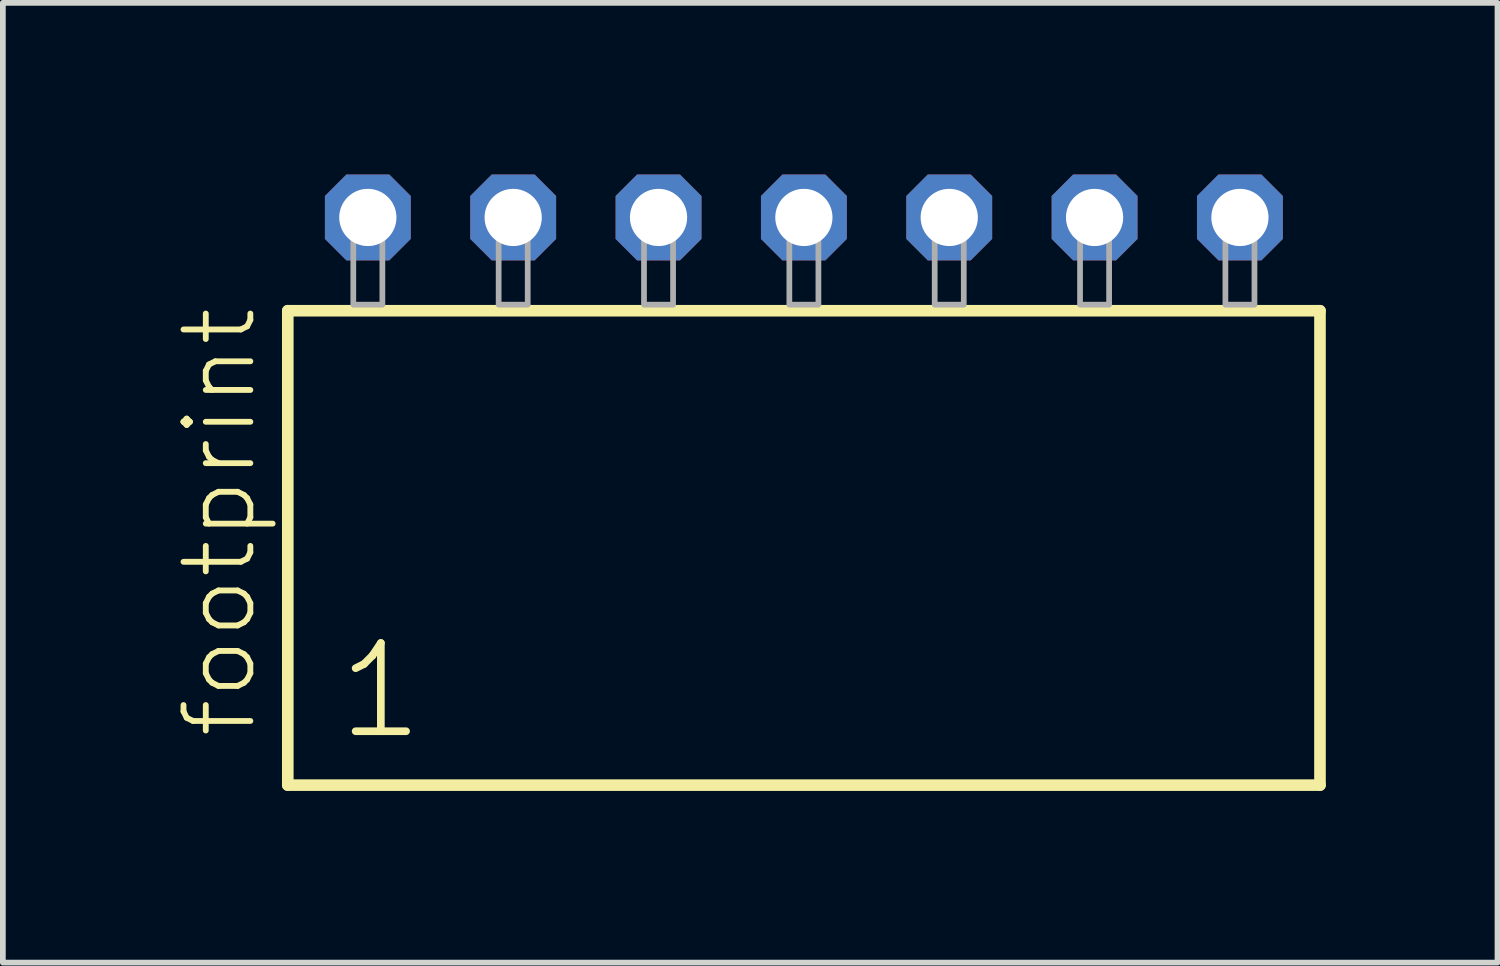
<source format=kicad_pcb>
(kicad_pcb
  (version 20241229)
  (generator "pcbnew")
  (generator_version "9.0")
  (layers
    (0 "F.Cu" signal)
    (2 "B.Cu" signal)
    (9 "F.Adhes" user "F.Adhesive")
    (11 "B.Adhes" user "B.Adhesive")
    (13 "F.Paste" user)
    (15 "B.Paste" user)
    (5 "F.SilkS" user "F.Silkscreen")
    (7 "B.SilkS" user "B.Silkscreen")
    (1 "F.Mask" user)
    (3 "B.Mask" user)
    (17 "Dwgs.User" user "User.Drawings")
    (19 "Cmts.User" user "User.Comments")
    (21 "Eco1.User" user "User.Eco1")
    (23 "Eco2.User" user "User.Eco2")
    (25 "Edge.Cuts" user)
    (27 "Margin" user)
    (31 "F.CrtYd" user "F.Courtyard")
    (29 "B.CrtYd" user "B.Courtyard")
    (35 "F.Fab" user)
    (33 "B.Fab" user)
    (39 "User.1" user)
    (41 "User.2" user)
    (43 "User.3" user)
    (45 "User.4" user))
  (footprint "footprint"
    (layer "F.Cu")
    (at 10.998 2.274)
    (property "Reference" "footprint" (at -9.525 7.62 90) (layer "F.SilkS") (effects (font (size 1.168 1.168) (thickness 0.102)) (justify left bottom)))
    (fp_line (start -9.019 0.106) (end -9.019 8.396) (stroke (width 0.203) (type solid)) (layer "F.SilkS"))
    (fp_line (start -9.019 8.396) (end 9.019 8.396) (stroke (width 0.203) (type solid)) (layer "F.SilkS"))
    (fp_line (start 9.019 0.106) (end -9.019 0.106) (stroke (width 0.203) (type solid)) (layer "F.SilkS"))
    (fp_line (start 9.019 8.396) (end 9.019 0.106) (stroke (width 0.203) (type solid)) (layer "F.SilkS"))
    (fp_poly (pts (xy -7.874 0) (xy -7.366 0) (xy -7.366 -1.778) (xy -7.874 -1.778)) (stroke (width 0.1) (type solid)) (fill no) (layer "F.Fab"))
    (fp_poly (pts (xy -5.334 0) (xy -4.826 0) (xy -4.826 -1.778) (xy -5.334 -1.778)) (stroke (width 0.1) (type solid)) (fill no) (layer "F.Fab"))
    (fp_poly (pts (xy -2.794 0) (xy -2.286 0) (xy -2.286 -1.778) (xy -2.794 -1.778)) (stroke (width 0.1) (type solid)) (fill no) (layer "F.Fab"))
    (fp_poly (pts (xy -0.254 0) (xy 0.254 0) (xy 0.254 -1.778) (xy -0.254 -1.778)) (stroke (width 0.1) (type solid)) (fill no) (layer "F.Fab"))
    (fp_poly (pts (xy 2.286 0) (xy 2.794 0) (xy 2.794 -1.778) (xy 2.286 -1.778)) (stroke (width 0.1) (type solid)) (fill no) (layer "F.Fab"))
    (fp_poly (pts (xy 4.826 0) (xy 5.334 0) (xy 5.334 -1.778) (xy 4.826 -1.778)) (stroke (width 0.1) (type solid)) (fill no) (layer "F.Fab"))
    (fp_poly (pts (xy 7.366 0) (xy 7.874 0) (xy 7.874 -1.778) (xy 7.366 -1.778)) (stroke (width 0.1) (type solid)) (fill no) (layer "F.Fab"))
    (fp_text user "1" (at -8.215 7.65 0) (layer "F.SilkS") (effects (font (size 1.542 1.542) (thickness 0.134)) (justify left bottom)))
    (pad "1" thru_hole roundrect (at -7.62 -1.524) (size 1.5 1.5) (drill 1) (layers "*.Cu" "*.Mask") (roundrect_rratio 0.25) (chamfer_ratio 0.25) (chamfer top_left top_right bottom_left bottom_right))
    (pad "2" thru_hole roundrect (at -5.08 -1.524) (size 1.5 1.5) (drill 1) (layers "*.Cu" "*.Mask") (roundrect_rratio 0.25) (chamfer_ratio 0.25) (chamfer top_left top_right bottom_left bottom_right))
    (pad "3" thru_hole roundrect (at -2.54 -1.524) (size 1.5 1.5) (drill 1) (layers "*.Cu" "*.Mask") (roundrect_rratio 0.25) (chamfer_ratio 0.25) (chamfer top_left top_right bottom_left bottom_right))
    (pad "4" thru_hole roundrect (at 0 -1.524) (size 1.5 1.5) (drill 1) (layers "*.Cu" "*.Mask") (roundrect_rratio 0.25) (chamfer_ratio 0.25) (chamfer top_left top_right bottom_left bottom_right))
    (pad "5" thru_hole roundrect (at 2.54 -1.524) (size 1.5 1.5) (drill 1) (layers "*.Cu" "*.Mask") (roundrect_rratio 0.25) (chamfer_ratio 0.25) (chamfer top_left top_right bottom_left bottom_right))
    (pad "6" thru_hole roundrect (at 5.08 -1.524) (size 1.5 1.5) (drill 1) (layers "*.Cu" "*.Mask") (roundrect_rratio 0.25) (chamfer_ratio 0.25) (chamfer top_left top_right bottom_left bottom_right))
    (pad "7" thru_hole roundrect (at 7.62 -1.524) (size 1.5 1.5) (drill 1) (layers "*.Cu" "*.Mask") (roundrect_rratio 0.25) (chamfer_ratio 0.25) (chamfer top_left top_right bottom_left bottom_right)))
  (gr_rect
    (start -3 -3)
    (end 23.119 13.772)
    (stroke (width 0.1) (type default))
    (fill no)
    (layer "Edge.Cuts")))
</source>
